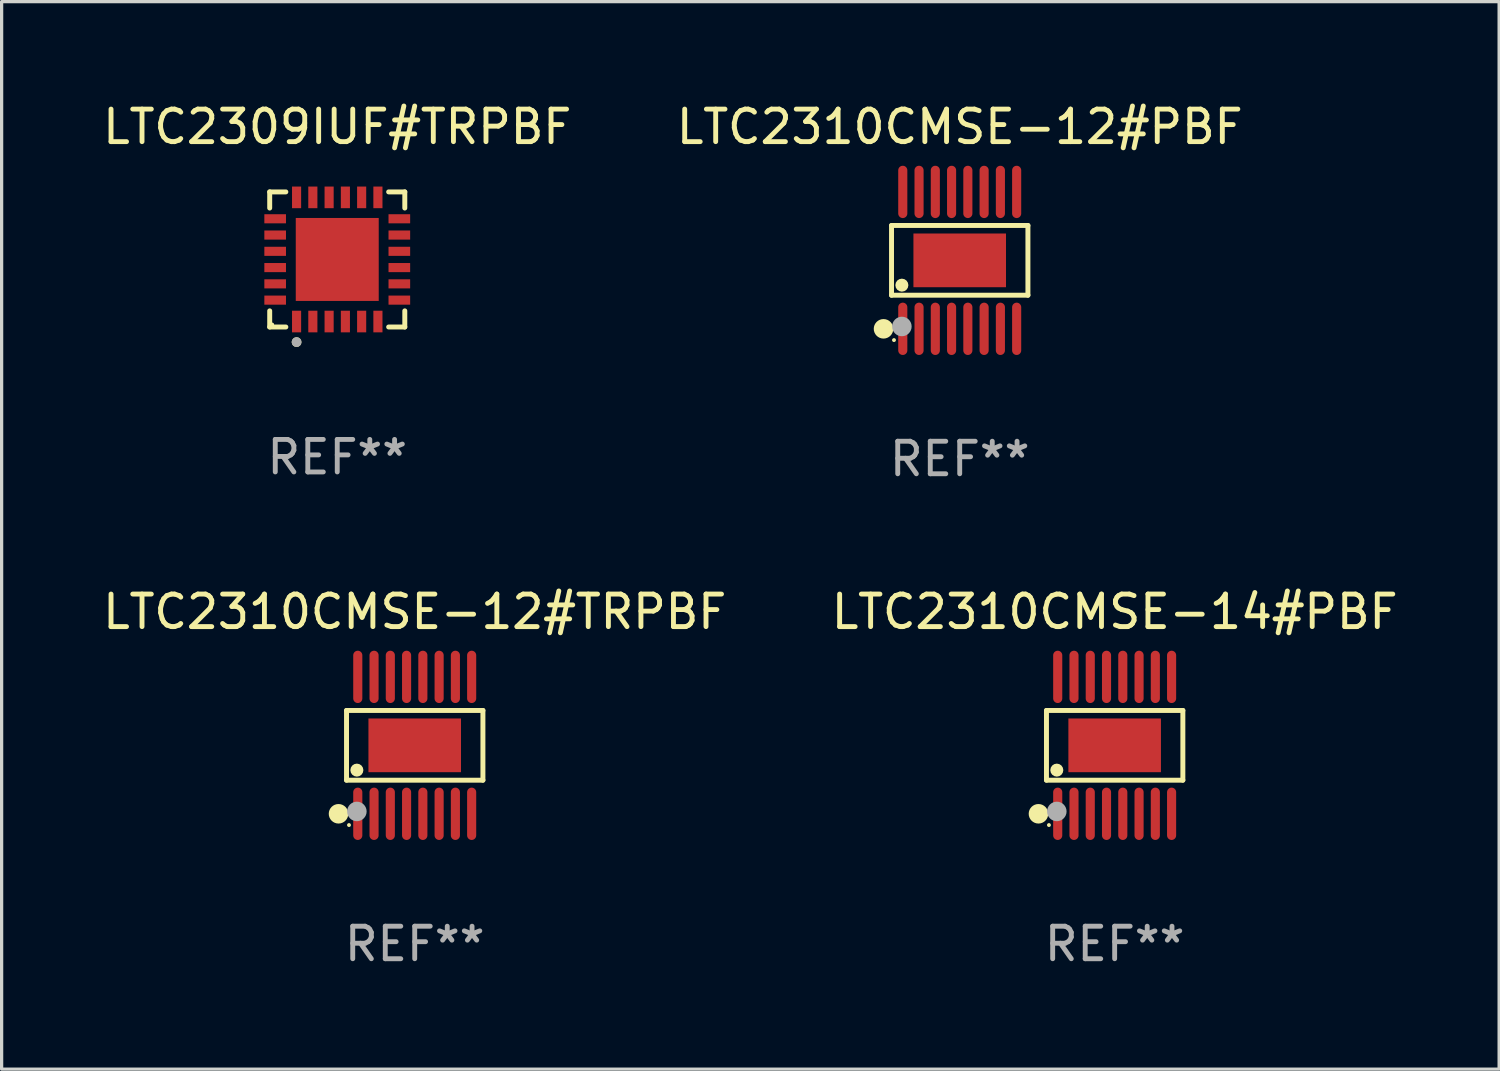
<source format=kicad_pcb>
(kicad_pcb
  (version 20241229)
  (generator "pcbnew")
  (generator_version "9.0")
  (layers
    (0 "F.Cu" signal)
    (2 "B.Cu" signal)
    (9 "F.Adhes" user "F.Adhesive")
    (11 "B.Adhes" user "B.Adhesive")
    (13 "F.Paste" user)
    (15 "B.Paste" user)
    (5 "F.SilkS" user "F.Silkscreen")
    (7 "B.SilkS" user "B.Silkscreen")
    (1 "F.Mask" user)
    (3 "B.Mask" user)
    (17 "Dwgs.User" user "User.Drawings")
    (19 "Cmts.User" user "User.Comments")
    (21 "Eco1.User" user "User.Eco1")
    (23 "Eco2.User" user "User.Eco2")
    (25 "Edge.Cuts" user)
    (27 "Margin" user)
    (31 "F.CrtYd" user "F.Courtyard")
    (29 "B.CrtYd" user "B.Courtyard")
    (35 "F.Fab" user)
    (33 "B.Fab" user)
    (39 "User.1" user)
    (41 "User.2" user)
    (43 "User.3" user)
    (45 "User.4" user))
  (footprint "LTC2310CMSE-12#PBF"
    (layer "F.Cu")
    (at 26.446 4.952)
    (property "Reference" "LTC2310CMSE-12#PBF" (at 0 -4.104 0) (layer "F.SilkS") (effects (font (size 1 1) (thickness 0.15))))
    (attr through_hole)
    (fp_line (start -2.096 -1.072) (end 2.096 -1.072) (stroke (width 0.152) (type solid)) (layer "F.SilkS"))
    (fp_line (start -2.096 1.071) (end -2.096 -1.072) (stroke (width 0.152) (type solid)) (layer "F.SilkS"))
    (fp_line (start 2.096 -1.072) (end 2.096 1.071) (stroke (width 0.152) (type solid)) (layer "F.SilkS"))
    (fp_line (start 2.096 1.071) (end -2.096 1.071) (stroke (width 0.152) (type solid)) (layer "F.SilkS"))
    (fp_circle (center -2.342 2.104) (end -2.192 2.104) (stroke (width 0.3) (type solid)) (fill no) (layer "F.SilkS"))
    (fp_circle (center -2.02 2.45) (end -1.99 2.45) (stroke (width 0.06) (type solid)) (fill no) (layer "F.SilkS"))
    (fp_circle (center -1.778 0.762) (end -1.678 0.762) (stroke (width 0.2) (type solid)) (fill no) (layer "F.SilkS"))
    (fp_circle (center -1.778 2.032) (end -1.628 2.032) (stroke (width 0.3) (type solid)) (fill no) (layer "F.Fab"))
    (fp_text user "REF**" (at 0 6.104 0) (layer "F.Fab") (effects (font (size 1 1) (thickness 0.15))))
    (pad "1" smd oval (at -1.75 2.104) (size 0.28 1.608) (layers "F.Cu" "F.Mask" "F.Paste"))
    (pad "2" smd oval (at -1.25 2.104) (size 0.28 1.608) (layers "F.Cu" "F.Mask" "F.Paste"))
    (pad "3" smd oval (at -0.75 2.104) (size 0.28 1.608) (layers "F.Cu" "F.Mask" "F.Paste"))
    (pad "4" smd oval (at -0.25 2.104) (size 0.28 1.608) (layers "F.Cu" "F.Mask" "F.Paste"))
    (pad "5" smd oval (at 0.25 2.104) (size 0.28 1.608) (layers "F.Cu" "F.Mask" "F.Paste"))
    (pad "6" smd oval (at 0.75 2.104) (size 0.28 1.608) (layers "F.Cu" "F.Mask" "F.Paste"))
    (pad "7" smd oval (at 1.25 2.104) (size 0.28 1.608) (layers "F.Cu" "F.Mask" "F.Paste"))
    (pad "8" smd oval (at 1.75 2.104) (size 0.28 1.608) (layers "F.Cu" "F.Mask" "F.Paste"))
    (pad "9" smd oval (at 1.75 -2.104) (size 0.28 1.608) (layers "F.Cu" "F.Mask" "F.Paste"))
    (pad "10" smd oval (at 1.25 -2.104) (size 0.28 1.608) (layers "F.Cu" "F.Mask" "F.Paste"))
    (pad "11" smd oval (at 0.75 -2.104) (size 0.28 1.608) (layers "F.Cu" "F.Mask" "F.Paste"))
    (pad "12" smd oval (at 0.25 -2.104) (size 0.28 1.608) (layers "F.Cu" "F.Mask" "F.Paste"))
    (pad "13" smd oval (at -0.25 -2.104) (size 0.28 1.608) (layers "F.Cu" "F.Mask" "F.Paste"))
    (pad "14" smd oval (at -0.75 -2.104) (size 0.28 1.608) (layers "F.Cu" "F.Mask" "F.Paste"))
    (pad "15" smd oval (at -1.25 -2.104) (size 0.28 1.608) (layers "F.Cu" "F.Mask" "F.Paste"))
    (pad "16" smd oval (at -1.75 -2.104) (size 0.28 1.608) (layers "F.Cu" "F.Mask" "F.Paste"))
    (pad "17" smd rect (at 0 -0.000127) (size 2.845 1.651) (layers "F.Cu" "F.Mask" "F.Paste")))
  (footprint "LTC2310CMSE-12#TRPBF"
    (layer "F.Cu")
    (at 9.696 19.857)
    (property "Reference" "LTC2310CMSE-12#TRPBF" (at 0 -4.104 0) (layer "F.SilkS") (effects (font (size 1 1) (thickness 0.15))))
    (attr through_hole)
    (fp_line (start -2.096 -1.072) (end 2.096 -1.072) (stroke (width 0.152) (type solid)) (layer "F.SilkS"))
    (fp_line (start -2.096 1.071) (end -2.096 -1.072) (stroke (width 0.152) (type solid)) (layer "F.SilkS"))
    (fp_line (start 2.096 -1.072) (end 2.096 1.071) (stroke (width 0.152) (type solid)) (layer "F.SilkS"))
    (fp_line (start 2.096 1.071) (end -2.096 1.071) (stroke (width 0.152) (type solid)) (layer "F.SilkS"))
    (fp_circle (center -2.342 2.104) (end -2.192 2.104) (stroke (width 0.3) (type solid)) (fill no) (layer "F.SilkS"))
    (fp_circle (center -2.02 2.45) (end -1.99 2.45) (stroke (width 0.06) (type solid)) (fill no) (layer "F.SilkS"))
    (fp_circle (center -1.778 0.762) (end -1.678 0.762) (stroke (width 0.2) (type solid)) (fill no) (layer "F.SilkS"))
    (fp_circle (center -1.778 2.032) (end -1.628 2.032) (stroke (width 0.3) (type solid)) (fill no) (layer "F.Fab"))
    (fp_text user "REF**" (at 0 6.104 0) (layer "F.Fab") (effects (font (size 1 1) (thickness 0.15))))
    (pad "1" smd oval (at -1.75 2.104) (size 0.28 1.608) (layers "F.Cu" "F.Mask" "F.Paste"))
    (pad "2" smd oval (at -1.25 2.104) (size 0.28 1.608) (layers "F.Cu" "F.Mask" "F.Paste"))
    (pad "3" smd oval (at -0.75 2.104) (size 0.28 1.608) (layers "F.Cu" "F.Mask" "F.Paste"))
    (pad "4" smd oval (at -0.25 2.104) (size 0.28 1.608) (layers "F.Cu" "F.Mask" "F.Paste"))
    (pad "5" smd oval (at 0.25 2.104) (size 0.28 1.608) (layers "F.Cu" "F.Mask" "F.Paste"))
    (pad "6" smd oval (at 0.75 2.104) (size 0.28 1.608) (layers "F.Cu" "F.Mask" "F.Paste"))
    (pad "7" smd oval (at 1.25 2.104) (size 0.28 1.608) (layers "F.Cu" "F.Mask" "F.Paste"))
    (pad "8" smd oval (at 1.75 2.104) (size 0.28 1.608) (layers "F.Cu" "F.Mask" "F.Paste"))
    (pad "9" smd oval (at 1.75 -2.104) (size 0.28 1.608) (layers "F.Cu" "F.Mask" "F.Paste"))
    (pad "10" smd oval (at 1.25 -2.104) (size 0.28 1.608) (layers "F.Cu" "F.Mask" "F.Paste"))
    (pad "11" smd oval (at 0.75 -2.104) (size 0.28 1.608) (layers "F.Cu" "F.Mask" "F.Paste"))
    (pad "12" smd oval (at 0.25 -2.104) (size 0.28 1.608) (layers "F.Cu" "F.Mask" "F.Paste"))
    (pad "13" smd oval (at -0.25 -2.104) (size 0.28 1.608) (layers "F.Cu" "F.Mask" "F.Paste"))
    (pad "14" smd oval (at -0.75 -2.104) (size 0.28 1.608) (layers "F.Cu" "F.Mask" "F.Paste"))
    (pad "15" smd oval (at -1.25 -2.104) (size 0.28 1.608) (layers "F.Cu" "F.Mask" "F.Paste"))
    (pad "16" smd oval (at -1.75 -2.104) (size 0.28 1.608) (layers "F.Cu" "F.Mask" "F.Paste"))
    (pad "17" smd rect (at 0 -0.000127) (size 2.845 1.651) (layers "F.Cu" "F.Mask" "F.Paste")))
  (footprint "LTC2310CMSE-14#PBF"
    (layer "F.Cu")
    (at 31.208 19.857)
    (property "Reference" "LTC2310CMSE-14#PBF" (at 0 -4.104 0) (layer "F.SilkS") (effects (font (size 1 1) (thickness 0.15))))
    (attr through_hole)
    (fp_line (start -2.096 -1.072) (end 2.096 -1.072) (stroke (width 0.152) (type solid)) (layer "F.SilkS"))
    (fp_line (start -2.096 1.071) (end -2.096 -1.072) (stroke (width 0.152) (type solid)) (layer "F.SilkS"))
    (fp_line (start 2.096 -1.072) (end 2.096 1.071) (stroke (width 0.152) (type solid)) (layer "F.SilkS"))
    (fp_line (start 2.096 1.071) (end -2.096 1.071) (stroke (width 0.152) (type solid)) (layer "F.SilkS"))
    (fp_circle (center -2.342 2.104) (end -2.192 2.104) (stroke (width 0.3) (type solid)) (fill no) (layer "F.SilkS"))
    (fp_circle (center -2.02 2.45) (end -1.99 2.45) (stroke (width 0.06) (type solid)) (fill no) (layer "F.SilkS"))
    (fp_circle (center -1.778 0.762) (end -1.678 0.762) (stroke (width 0.2) (type solid)) (fill no) (layer "F.SilkS"))
    (fp_circle (center -1.778 2.032) (end -1.628 2.032) (stroke (width 0.3) (type solid)) (fill no) (layer "F.Fab"))
    (fp_text user "REF**" (at 0 6.104 0) (layer "F.Fab") (effects (font (size 1 1) (thickness 0.15))))
    (pad "1" smd oval (at -1.75 2.104) (size 0.28 1.608) (layers "F.Cu" "F.Mask" "F.Paste"))
    (pad "2" smd oval (at -1.25 2.104) (size 0.28 1.608) (layers "F.Cu" "F.Mask" "F.Paste"))
    (pad "3" smd oval (at -0.75 2.104) (size 0.28 1.608) (layers "F.Cu" "F.Mask" "F.Paste"))
    (pad "4" smd oval (at -0.25 2.104) (size 0.28 1.608) (layers "F.Cu" "F.Mask" "F.Paste"))
    (pad "5" smd oval (at 0.25 2.104) (size 0.28 1.608) (layers "F.Cu" "F.Mask" "F.Paste"))
    (pad "6" smd oval (at 0.75 2.104) (size 0.28 1.608) (layers "F.Cu" "F.Mask" "F.Paste"))
    (pad "7" smd oval (at 1.25 2.104) (size 0.28 1.608) (layers "F.Cu" "F.Mask" "F.Paste"))
    (pad "8" smd oval (at 1.75 2.104) (size 0.28 1.608) (layers "F.Cu" "F.Mask" "F.Paste"))
    (pad "9" smd oval (at 1.75 -2.104) (size 0.28 1.608) (layers "F.Cu" "F.Mask" "F.Paste"))
    (pad "10" smd oval (at 1.25 -2.104) (size 0.28 1.608) (layers "F.Cu" "F.Mask" "F.Paste"))
    (pad "11" smd oval (at 0.75 -2.104) (size 0.28 1.608) (layers "F.Cu" "F.Mask" "F.Paste"))
    (pad "12" smd oval (at 0.25 -2.104) (size 0.28 1.608) (layers "F.Cu" "F.Mask" "F.Paste"))
    (pad "13" smd oval (at -0.25 -2.104) (size 0.28 1.608) (layers "F.Cu" "F.Mask" "F.Paste"))
    (pad "14" smd oval (at -0.75 -2.104) (size 0.28 1.608) (layers "F.Cu" "F.Mask" "F.Paste"))
    (pad "15" smd oval (at -1.25 -2.104) (size 0.28 1.608) (layers "F.Cu" "F.Mask" "F.Paste"))
    (pad "16" smd oval (at -1.75 -2.104) (size 0.28 1.608) (layers "F.Cu" "F.Mask" "F.Paste"))
    (pad "17" smd rect (at 0 -0.000127) (size 2.845 1.651) (layers "F.Cu" "F.Mask" "F.Paste")))
  (footprint "LTC2309IUF#TRPBF"
    (layer "F.Cu")
    (at 7.315 4.924)
    (property "Reference" "LTC2309IUF#TRPBF" (at 0 -4.076 0) (layer "F.SilkS") (effects (font (size 1 1) (thickness 0.15))))
    (attr through_hole)
    (fp_line (start -2.076 -2.076) (end -1.58 -2.076) (stroke (width 0.152) (type solid)) (layer "F.SilkS"))
    (fp_line (start -2.076 -1.58) (end -2.076 -2.076) (stroke (width 0.152) (type solid)) (layer "F.SilkS"))
    (fp_line (start -2.076 1.58) (end -2.076 2.076) (stroke (width 0.152) (type solid)) (layer "F.SilkS"))
    (fp_line (start -2.076 2.076) (end -1.58 2.076) (stroke (width 0.152) (type solid)) (layer "F.SilkS"))
    (fp_line (start 2.076 -2.076) (end 1.58 -2.076) (stroke (width 0.152) (type solid)) (layer "F.SilkS"))
    (fp_line (start 2.076 -1.58) (end 2.076 -2.076) (stroke (width 0.152) (type solid)) (layer "F.SilkS"))
    (fp_line (start 2.076 1.58) (end 2.076 2.076) (stroke (width 0.152) (type solid)) (layer "F.SilkS"))
    (fp_line (start 2.076 2.076) (end 1.58 2.076) (stroke (width 0.152) (type solid)) (layer "F.SilkS"))
    (fp_circle (center -2 2) (end -1.97 2) (stroke (width 0.06) (type solid)) (fill no) (layer "F.SilkS"))
    (fp_circle (center -1.25 2.54) (end -1.175 2.54) (stroke (width 0.15) (type solid)) (fill no) (layer "F.SilkS"))
    (fp_circle (center -1.25 2.54) (end -1.175 2.54) (stroke (width 0.15) (type solid)) (fill no) (layer "F.Fab"))
    (fp_text user "REF**" (at 0 6.076 0) (layer "F.Fab") (effects (font (size 1 1) (thickness 0.15))))
    (pad "1" smd rect (at -1.25 1.908) (size 0.28 0.665) (layers "F.Cu" "F.Mask" "F.Paste"))
    (pad "2" smd rect (at -0.75 1.908) (size 0.28 0.665) (layers "F.Cu" "F.Mask" "F.Paste"))
    (pad "3" smd rect (at -0.25 1.908) (size 0.28 0.665) (layers "F.Cu" "F.Mask" "F.Paste"))
    (pad "4" smd rect (at 0.25 1.908) (size 0.28 0.665) (layers "F.Cu" "F.Mask" "F.Paste"))
    (pad "5" smd rect (at 0.75 1.908) (size 0.28 0.665) (layers "F.Cu" "F.Mask" "F.Paste"))
    (pad "6" smd rect (at 1.25 1.908) (size 0.28 0.665) (layers "F.Cu" "F.Mask" "F.Paste"))
    (pad "7" smd rect (at 1.908 1.25) (size 0.665 0.28) (layers "F.Cu" "F.Mask" "F.Paste"))
    (pad "8" smd rect (at 1.908 0.75) (size 0.665 0.28) (layers "F.Cu" "F.Mask" "F.Paste"))
    (pad "9" smd rect (at 1.908 0.25) (size 0.665 0.28) (layers "F.Cu" "F.Mask" "F.Paste"))
    (pad "10" smd rect (at 1.908 -0.25) (size 0.665 0.28) (layers "F.Cu" "F.Mask" "F.Paste"))
    (pad "11" smd rect (at 1.908 -0.75) (size 0.665 0.28) (layers "F.Cu" "F.Mask" "F.Paste"))
    (pad "12" smd rect (at 1.908 -1.25) (size 0.665 0.28) (layers "F.Cu" "F.Mask" "F.Paste"))
    (pad "13" smd rect (at 1.25 -1.908) (size 0.28 0.665) (layers "F.Cu" "F.Mask" "F.Paste"))
    (pad "14" smd rect (at 0.75 -1.908) (size 0.28 0.665) (layers "F.Cu" "F.Mask" "F.Paste"))
    (pad "15" smd rect (at 0.25 -1.908) (size 0.28 0.665) (layers "F.Cu" "F.Mask" "F.Paste"))
    (pad "16" smd rect (at -0.25 -1.908) (size 0.28 0.665) (layers "F.Cu" "F.Mask" "F.Paste"))
    (pad "17" smd rect (at -0.75 -1.908) (size 0.28 0.665) (layers "F.Cu" "F.Mask" "F.Paste"))
    (pad "18" smd rect (at -1.25 -1.908) (size 0.28 0.665) (layers "F.Cu" "F.Mask" "F.Paste"))
    (pad "19" smd rect (at -1.908 -1.25) (size 0.665 0.28) (layers "F.Cu" "F.Mask" "F.Paste"))
    (pad "20" smd rect (at -1.908 -0.75) (size 0.665 0.28) (layers "F.Cu" "F.Mask" "F.Paste"))
    (pad "21" smd rect (at -1.908 -0.25) (size 0.665 0.28) (layers "F.Cu" "F.Mask" "F.Paste"))
    (pad "22" smd rect (at -1.908 0.25) (size 0.665 0.28) (layers "F.Cu" "F.Mask" "F.Paste"))
    (pad "23" smd rect (at -1.908 0.75) (size 0.665 0.28) (layers "F.Cu" "F.Mask" "F.Paste"))
    (pad "24" smd rect (at -1.908 1.25) (size 0.665 0.28) (layers "F.Cu" "F.Mask" "F.Paste"))
    (pad "25" smd rect (at 0 0) (size 2.55 2.55) (layers "F.Cu" "F.Mask" "F.Paste")))
  (gr_rect
    (start -3 -3)
    (end 43.024 29.809)
    (stroke (width 0.1) (type default))
    (fill no)
    (layer "Edge.Cuts")))
</source>
